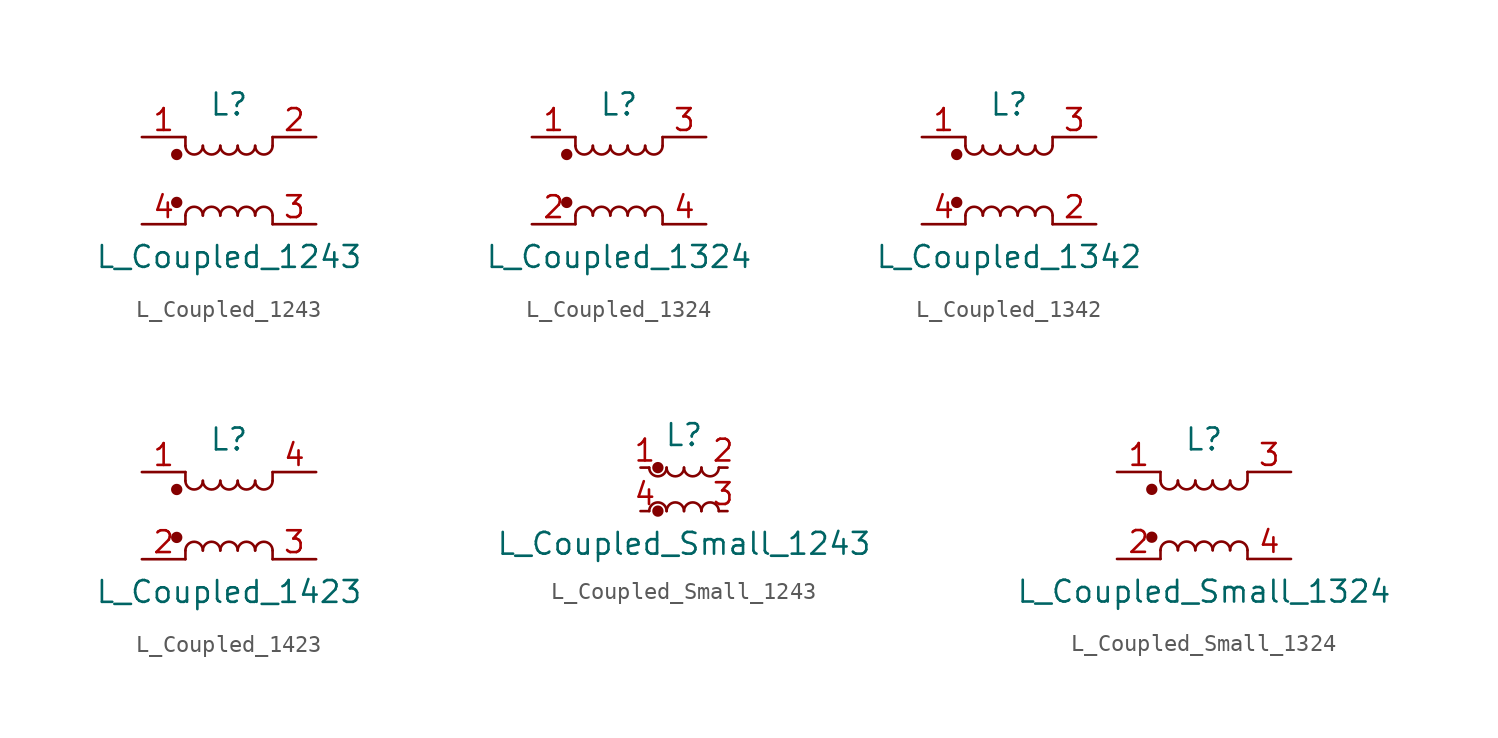
<source format=kicad_sym>
(kicad_symbol_lib
  (version 20201005)
  (generator kicad_symbol_editor)
  (symbol "L_Coupled_1243"
    (pin_names
      (offset 0.254) hide)
    (property "Reference" "L"
      (at 0 4.445 0)
      (effects (font (size 1.27 1.27))))
    (property "Value" "L_Coupled_1243"
      (at 0 -4.445 0)
      (effects (font (size 1.27 1.27))))
    (symbol "L_Coupled_1243_0_1"
      (arc (start -1.524 -2.032) (end -2.54 -2.032) (radius (at -2.032 -2.032) (length 0.508) (angles 0.1 179.9)) (stroke (width 0)) (fill (type none)))
      (arc (start -2.54 2.032) (end -1.524 2.032) (radius (at -2.032 2.032) (length 0.508) (angles -179.9 -0.1)) (stroke (width 0)) (fill (type none)))
      (arc (start -0.508 -2.032) (end -1.524 -2.032) (radius (at -1.016 -2.032) (length 0.508) (angles 0.1 179.9)) (stroke (width 0)) (fill (type none)))
      (arc (start -1.524 2.032) (end -0.508 2.032) (radius (at -1.016 2.032) (length 0.508) (angles -179.9 -0.1)) (stroke (width 0)) (fill (type none)))
      (arc (start 0.508 -2.032) (end -0.508 -2.032) (radius (at 0 -2.032) (length 0.508) (angles 0.1 179.9)) (stroke (width 0)) (fill (type none)))
      (arc (start -0.508 2.032) (end 0.508 2.032) (radius (at 0 2.032) (length 0.508) (angles -179.9 -0.1)) (stroke (width 0)) (fill (type none)))
      (arc (start 1.524 -2.032) (end 0.508 -2.032) (radius (at 1.016 -2.032) (length 0.508) (angles 0.1 179.9)) (stroke (width 0)) (fill (type none)))
      (arc (start 0.508 2.032) (end 1.524 2.032) (radius (at 1.016 2.032) (length 0.508) (angles -179.9 -0.1)) (stroke (width 0)) (fill (type none)))
      (arc (start 2.54 -2.032) (end 1.524 -2.032) (radius (at 2.032 -2.032) (length 0.508) (angles 0.1 179.9)) (stroke (width 0)) (fill (type none)))
      (arc (start 1.524 2.032) (end 2.54 2.032) (radius (at 2.032 2.032) (length 0.508) (angles -179.9 -0.1)) (stroke (width 0)) (fill (type none)))
      (circle (center -3.048 -1.27) (radius 0.254) (stroke (width 0)) (fill (type outline)))
      (circle (center -3.048 1.524) (radius 0.254) (stroke (width 0)) (fill (type outline)))
      (polyline (pts (xy -2.54 -2.032) (xy -2.54 -2.54)) (stroke (width 0)) (fill (type none)))
      (polyline (pts (xy -2.54 2.032) (xy -2.54 2.54)) (stroke (width 0)) (fill (type none)))
      (polyline (pts (xy 2.54 -2.032) (xy 2.54 -2.54)) (stroke (width 0)) (fill (type none)))
      (polyline (pts (xy 2.54 2.54) (xy 2.54 2.032)) (stroke (width 0)) (fill (type none))))
    (symbol "L_Coupled_1243_1_1"
      (pin passive line (at -5.08 2.54 0) (length 2.54) (name "1" (effects (font (size 1.27 1.27)))) (number "1" (effects (font (size 1.27 1.27)))))
      (pin passive line (at 5.08 2.54 180) (length 2.54) (name "2" (effects (font (size 1.27 1.27)))) (number "2" (effects (font (size 1.27 1.27)))))
      (pin passive line (at 5.08 -2.54 180) (length 2.54) (name "3" (effects (font (size 1.27 1.27)))) (number "3" (effects (font (size 1.27 1.27)))))
      (pin passive line (at -5.08 -2.54 0) (length 2.54) (name "4" (effects (font (size 1.27 1.27)))) (number "4" (effects (font (size 1.27 1.27)))))))
  (symbol "L_Coupled_1324"
    (pin_names
      (offset 0.254) hide)
    (property "Reference" "L"
      (at 0 4.445 0)
      (effects (font (size 1.27 1.27))))
    (property "Value" "L_Coupled_1324"
      (at 0 -4.445 0)
      (effects (font (size 1.27 1.27))))
    (symbol "L_Coupled_1324_0_1"
      (arc (start -1.524 -2.032) (end -2.54 -2.032) (radius (at -2.032 -2.032) (length 0.508) (angles 0.1 179.9)) (stroke (width 0)) (fill (type none)))
      (arc (start -2.54 2.032) (end -1.524 2.032) (radius (at -2.032 2.032) (length 0.508) (angles -179.9 -0.1)) (stroke (width 0)) (fill (type none)))
      (arc (start -0.508 -2.032) (end -1.524 -2.032) (radius (at -1.016 -2.032) (length 0.508) (angles 0.1 179.9)) (stroke (width 0)) (fill (type none)))
      (arc (start -1.524 2.032) (end -0.508 2.032) (radius (at -1.016 2.032) (length 0.508) (angles -179.9 -0.1)) (stroke (width 0)) (fill (type none)))
      (arc (start 0.508 -2.032) (end -0.508 -2.032) (radius (at 0 -2.032) (length 0.508) (angles 0.1 179.9)) (stroke (width 0)) (fill (type none)))
      (arc (start -0.508 2.032) (end 0.508 2.032) (radius (at 0 2.032) (length 0.508) (angles -179.9 -0.1)) (stroke (width 0)) (fill (type none)))
      (arc (start 1.524 -2.032) (end 0.508 -2.032) (radius (at 1.016 -2.032) (length 0.508) (angles 0.1 179.9)) (stroke (width 0)) (fill (type none)))
      (arc (start 0.508 2.032) (end 1.524 2.032) (radius (at 1.016 2.032) (length 0.508) (angles -179.9 -0.1)) (stroke (width 0)) (fill (type none)))
      (arc (start 2.54 -2.032) (end 1.524 -2.032) (radius (at 2.032 -2.032) (length 0.508) (angles 0.1 179.9)) (stroke (width 0)) (fill (type none)))
      (arc (start 1.524 2.032) (end 2.54 2.032) (radius (at 2.032 2.032) (length 0.508) (angles -179.9 -0.1)) (stroke (width 0)) (fill (type none)))
      (circle (center -3.048 -1.27) (radius 0.254) (stroke (width 0)) (fill (type outline)))
      (circle (center -3.048 1.524) (radius 0.254) (stroke (width 0)) (fill (type outline)))
      (polyline (pts (xy -2.54 -2.032) (xy -2.54 -2.54)) (stroke (width 0)) (fill (type none)))
      (polyline (pts (xy -2.54 2.032) (xy -2.54 2.54)) (stroke (width 0)) (fill (type none)))
      (polyline (pts (xy 2.54 -2.032) (xy 2.54 -2.54)) (stroke (width 0)) (fill (type none)))
      (polyline (pts (xy 2.54 2.54) (xy 2.54 2.032)) (stroke (width 0)) (fill (type none))))
    (symbol "L_Coupled_1324_1_1"
      (pin passive line (at -5.08 2.54 0) (length 2.54) (name "1" (effects (font (size 1.27 1.27)))) (number "1" (effects (font (size 1.27 1.27)))))
      (pin passive line (at -5.08 -2.54 0) (length 2.54) (name "2" (effects (font (size 1.27 1.27)))) (number "2" (effects (font (size 1.27 1.27)))))
      (pin passive line (at 5.08 2.54 180) (length 2.54) (name "3" (effects (font (size 1.27 1.27)))) (number "3" (effects (font (size 1.27 1.27)))))
      (pin passive line (at 5.08 -2.54 180) (length 2.54) (name "4" (effects (font (size 1.27 1.27)))) (number "4" (effects (font (size 1.27 1.27)))))))
  (symbol "L_Coupled_1342"
    (pin_names
      (offset 0.254) hide)
    (property "Reference" "L"
      (at 0 4.445 0)
      (effects (font (size 1.27 1.27))))
    (property "Value" "L_Coupled_1342"
      (at 0 -4.445 0)
      (effects (font (size 1.27 1.27))))
    (symbol "L_Coupled_1342_0_1"
      (arc (start -1.524 -2.032) (end -2.54 -2.032) (radius (at -2.032 -2.032) (length 0.508) (angles 0.1 179.9)) (stroke (width 0)) (fill (type none)))
      (arc (start -2.54 2.032) (end -1.524 2.032) (radius (at -2.032 2.032) (length 0.508) (angles -179.9 -0.1)) (stroke (width 0)) (fill (type none)))
      (arc (start -0.508 -2.032) (end -1.524 -2.032) (radius (at -1.016 -2.032) (length 0.508) (angles 0.1 179.9)) (stroke (width 0)) (fill (type none)))
      (arc (start -1.524 2.032) (end -0.508 2.032) (radius (at -1.016 2.032) (length 0.508) (angles -179.9 -0.1)) (stroke (width 0)) (fill (type none)))
      (arc (start 0.508 -2.032) (end -0.508 -2.032) (radius (at 0 -2.032) (length 0.508) (angles 0.1 179.9)) (stroke (width 0)) (fill (type none)))
      (arc (start -0.508 2.032) (end 0.508 2.032) (radius (at 0 2.032) (length 0.508) (angles -179.9 -0.1)) (stroke (width 0)) (fill (type none)))
      (arc (start 1.524 -2.032) (end 0.508 -2.032) (radius (at 1.016 -2.032) (length 0.508) (angles 0.1 179.9)) (stroke (width 0)) (fill (type none)))
      (arc (start 0.508 2.032) (end 1.524 2.032) (radius (at 1.016 2.032) (length 0.508) (angles -179.9 -0.1)) (stroke (width 0)) (fill (type none)))
      (arc (start 2.54 -2.032) (end 1.524 -2.032) (radius (at 2.032 -2.032) (length 0.508) (angles 0.1 179.9)) (stroke (width 0)) (fill (type none)))
      (arc (start 1.524 2.032) (end 2.54 2.032) (radius (at 2.032 2.032) (length 0.508) (angles -179.9 -0.1)) (stroke (width 0)) (fill (type none)))
      (circle (center -3.048 -1.27) (radius 0.254) (stroke (width 0)) (fill (type outline)))
      (circle (center -3.048 1.524) (radius 0.254) (stroke (width 0)) (fill (type outline)))
      (polyline (pts (xy -2.54 -2.032) (xy -2.54 -2.54)) (stroke (width 0)) (fill (type none)))
      (polyline (pts (xy -2.54 2.032) (xy -2.54 2.54)) (stroke (width 0)) (fill (type none)))
      (polyline (pts (xy 2.54 -2.032) (xy 2.54 -2.54)) (stroke (width 0)) (fill (type none)))
      (polyline (pts (xy 2.54 2.54) (xy 2.54 2.032)) (stroke (width 0)) (fill (type none))))
    (symbol "L_Coupled_1342_1_1"
      (pin passive line (at -5.08 2.54 0) (length 2.54) (name "1" (effects (font (size 1.27 1.27)))) (number "1" (effects (font (size 1.27 1.27)))))
      (pin passive line (at 5.08 -2.54 180) (length 2.54) (name "2" (effects (font (size 1.27 1.27)))) (number "2" (effects (font (size 1.27 1.27)))))
      (pin passive line (at 5.08 2.54 180) (length 2.54) (name "3" (effects (font (size 1.27 1.27)))) (number "3" (effects (font (size 1.27 1.27)))))
      (pin passive line (at -5.08 -2.54 0) (length 2.54) (name "4" (effects (font (size 1.27 1.27)))) (number "4" (effects (font (size 1.27 1.27)))))))
  (symbol "L_Coupled_1423"
    (pin_names
      (offset 0.254) hide)
    (property "Reference" "L"
      (at 0 4.445 0)
      (effects (font (size 1.27 1.27))))
    (property "Value" "L_Coupled_1423"
      (at 0 -4.445 0)
      (effects (font (size 1.27 1.27))))
    (symbol "L_Coupled_1423_0_1"
      (arc (start -1.524 -2.032) (end -2.54 -2.032) (radius (at -2.032 -2.032) (length 0.508) (angles 0.1 179.9)) (stroke (width 0)) (fill (type none)))
      (arc (start -2.54 2.032) (end -1.524 2.032) (radius (at -2.032 2.032) (length 0.508) (angles -179.9 -0.1)) (stroke (width 0)) (fill (type none)))
      (arc (start -0.508 -2.032) (end -1.524 -2.032) (radius (at -1.016 -2.032) (length 0.508) (angles 0.1 179.9)) (stroke (width 0)) (fill (type none)))
      (arc (start -1.524 2.032) (end -0.508 2.032) (radius (at -1.016 2.032) (length 0.508) (angles -179.9 -0.1)) (stroke (width 0)) (fill (type none)))
      (arc (start 0.508 -2.032) (end -0.508 -2.032) (radius (at 0 -2.032) (length 0.508) (angles 0.1 179.9)) (stroke (width 0)) (fill (type none)))
      (arc (start -0.508 2.032) (end 0.508 2.032) (radius (at 0 2.032) (length 0.508) (angles -179.9 -0.1)) (stroke (width 0)) (fill (type none)))
      (arc (start 1.524 -2.032) (end 0.508 -2.032) (radius (at 1.016 -2.032) (length 0.508) (angles 0.1 179.9)) (stroke (width 0)) (fill (type none)))
      (arc (start 0.508 2.032) (end 1.524 2.032) (radius (at 1.016 2.032) (length 0.508) (angles -179.9 -0.1)) (stroke (width 0)) (fill (type none)))
      (arc (start 2.54 -2.032) (end 1.524 -2.032) (radius (at 2.032 -2.032) (length 0.508) (angles 0.1 179.9)) (stroke (width 0)) (fill (type none)))
      (arc (start 1.524 2.032) (end 2.54 2.032) (radius (at 2.032 2.032) (length 0.508) (angles -179.9 -0.1)) (stroke (width 0)) (fill (type none)))
      (circle (center -3.048 -1.27) (radius 0.254) (stroke (width 0)) (fill (type outline)))
      (circle (center -3.048 1.524) (radius 0.254) (stroke (width 0)) (fill (type outline)))
      (polyline (pts (xy -2.54 -2.032) (xy -2.54 -2.54)) (stroke (width 0)) (fill (type none)))
      (polyline (pts (xy -2.54 2.032) (xy -2.54 2.54)) (stroke (width 0)) (fill (type none)))
      (polyline (pts (xy 2.54 -2.032) (xy 2.54 -2.54)) (stroke (width 0)) (fill (type none)))
      (polyline (pts (xy 2.54 2.54) (xy 2.54 2.032)) (stroke (width 0)) (fill (type none))))
    (symbol "L_Coupled_1423_1_1"
      (pin passive line (at -5.08 2.54 0) (length 2.54) (name "1" (effects (font (size 1.27 1.27)))) (number "1" (effects (font (size 1.27 1.27)))))
      (pin passive line (at -5.08 -2.54 0) (length 2.54) (name "2" (effects (font (size 1.27 1.27)))) (number "2" (effects (font (size 1.27 1.27)))))
      (pin passive line (at 5.08 -2.54 180) (length 2.54) (name "3" (effects (font (size 1.27 1.27)))) (number "3" (effects (font (size 1.27 1.27)))))
      (pin passive line (at 5.08 2.54 180) (length 2.54) (name "4" (effects (font (size 1.27 1.27)))) (number "4" (effects (font (size 1.27 1.27)))))))
  (symbol "L_Coupled_Small_1243"
    (pin_names
      (offset 0.254) hide)
    (property "Reference" "L"
      (at 0 3.175 0)
      (effects (font (size 1.27 1.27))))
    (property "Value" "L_Coupled_Small_1243"
      (at 0 -3.175 0)
      (effects (font (size 1.27 1.27))))
    (symbol "L_Coupled_Small_1243_0_1"
      (arc (start -1.016 -1.27) (end -2.032 -1.27) (radius (at -1.524 -1.27) (length 0.508) (angles 0.1 179.9)) (stroke (width 0)) (fill (type none)))
      (arc (start -2.032 1.27) (end -1.016 1.27) (radius (at -1.524 1.27) (length 0.508) (angles -179.9 -0.1)) (stroke (width 0)) (fill (type none)))
      (arc (start 0 -1.27) (end -1.016 -1.27) (radius (at -0.508 -1.27) (length 0.508) (angles 0.1 179.9)) (stroke (width 0)) (fill (type none)))
      (arc (start -1.016 1.27) (end 0 1.27) (radius (at -0.508 1.27) (length 0.508) (angles -179.9 -0.1)) (stroke (width 0)) (fill (type none)))
      (arc (start 1.016 -1.27) (end 0 -1.27) (radius (at 0.508 -1.27) (length 0.508) (angles 0.1 179.9)) (stroke (width 0)) (fill (type none)))
      (arc (start 0 1.27) (end 1.016 1.27) (radius (at 0.508 1.27) (length 0.508) (angles -179.9 -0.1)) (stroke (width 0)) (fill (type none)))
      (arc (start 2.032 -1.27) (end 1.016 -1.27) (radius (at 1.524 -1.27) (length 0.508) (angles 0.1 179.9)) (stroke (width 0)) (fill (type none)))
      (arc (start 1.016 1.27) (end 2.032 1.27) (radius (at 1.524 1.27) (length 0.508) (angles -179.9 -0.1)) (stroke (width 0)) (fill (type none)))
      (circle (center -1.524 -1.27) (radius 0.254) (stroke (width 0)) (fill (type outline)))
      (circle (center -1.524 1.27) (radius 0.254) (stroke (width 0)) (fill (type outline))))
    (symbol "L_Coupled_Small_1243_1_1"
      (pin passive line (at -2.54 1.27 0) (length 0.508) (name "1" (effects (font (size 1.27 1.27)))) (number "1" (effects (font (size 1.27 1.27)))))
      (pin passive line (at 2.54 1.27 180) (length 0.508) (name "2" (effects (font (size 1.27 1.27)))) (number "2" (effects (font (size 1.27 1.27)))))
      (pin passive line (at 2.54 -1.27 180) (length 0.508) (name "3" (effects (font (size 1.27 1.27)))) (number "3" (effects (font (size 1.27 1.27)))))
      (pin passive line (at -2.54 -1.27 0) (length 0.508) (name "4" (effects (font (size 1.27 1.27)))) (number "4" (effects (font (size 1.27 1.27)))))))
  (symbol "L_Coupled_Small_1324"
    (pin_names
      (offset 0.254) hide)
    (property "Reference" "L"
      (at 0 4.445 0)
      (effects (font (size 1.27 1.27))))
    (property "Value" "L_Coupled_Small_1324"
      (at 0 -4.445 0)
      (effects (font (size 1.27 1.27))))
    (symbol "L_Coupled_Small_1324_0_1"
      (arc (start -1.524 -2.032) (end -2.54 -2.032) (radius (at -2.032 -2.032) (length 0.508) (angles 0.1 179.9)) (stroke (width 0)) (fill (type none)))
      (arc (start -2.54 2.032) (end -1.524 2.032) (radius (at -2.032 2.032) (length 0.508) (angles -179.9 -0.1)) (stroke (width 0)) (fill (type none)))
      (arc (start -0.508 -2.032) (end -1.524 -2.032) (radius (at -1.016 -2.032) (length 0.508) (angles 0.1 179.9)) (stroke (width 0)) (fill (type none)))
      (arc (start -1.524 2.032) (end -0.508 2.032) (radius (at -1.016 2.032) (length 0.508) (angles -179.9 -0.1)) (stroke (width 0)) (fill (type none)))
      (arc (start 0.508 -2.032) (end -0.508 -2.032) (radius (at 0 -2.032) (length 0.508) (angles 0.1 179.9)) (stroke (width 0)) (fill (type none)))
      (arc (start -0.508 2.032) (end 0.508 2.032) (radius (at 0 2.032) (length 0.508) (angles -179.9 -0.1)) (stroke (width 0)) (fill (type none)))
      (arc (start 1.524 -2.032) (end 0.508 -2.032) (radius (at 1.016 -2.032) (length 0.508) (angles 0.1 179.9)) (stroke (width 0)) (fill (type none)))
      (arc (start 0.508 2.032) (end 1.524 2.032) (radius (at 1.016 2.032) (length 0.508) (angles -179.9 -0.1)) (stroke (width 0)) (fill (type none)))
      (arc (start 2.54 -2.032) (end 1.524 -2.032) (radius (at 2.032 -2.032) (length 0.508) (angles 0.1 179.9)) (stroke (width 0)) (fill (type none)))
      (arc (start 1.524 2.032) (end 2.54 2.032) (radius (at 2.032 2.032) (length 0.508) (angles -179.9 -0.1)) (stroke (width 0)) (fill (type none)))
      (circle (center -3.048 -1.27) (radius 0.254) (stroke (width 0)) (fill (type outline)))
      (circle (center -3.048 1.524) (radius 0.254) (stroke (width 0)) (fill (type outline)))
      (polyline (pts (xy -2.54 -2.032) (xy -2.54 -2.54)) (stroke (width 0)) (fill (type none)))
      (polyline (pts (xy -2.54 2.032) (xy -2.54 2.54)) (stroke (width 0)) (fill (type none)))
      (polyline (pts (xy 2.54 -2.032) (xy 2.54 -2.54)) (stroke (width 0)) (fill (type none)))
      (polyline (pts (xy 2.54 2.54) (xy 2.54 2.032)) (stroke (width 0)) (fill (type none))))
    (symbol "L_Coupled_Small_1324_1_1"
      (pin passive line (at -5.08 2.54 0) (length 2.54) (name "1" (effects (font (size 1.27 1.27)))) (number "1" (effects (font (size 1.27 1.27)))))
      (pin passive line (at -5.08 -2.54 0) (length 2.54) (name "2" (effects (font (size 1.27 1.27)))) (number "2" (effects (font (size 1.27 1.27)))))
      (pin passive line (at 5.08 2.54 180) (length 2.54) (name "3" (effects (font (size 1.27 1.27)))) (number "3" (effects (font (size 1.27 1.27)))))
      (pin passive line (at 5.08 -2.54 180) (length 2.54) (name "4" (effects (font (size 1.27 1.27)))) (number "4" (effects (font (size 1.27 1.27))))))))
</source>
